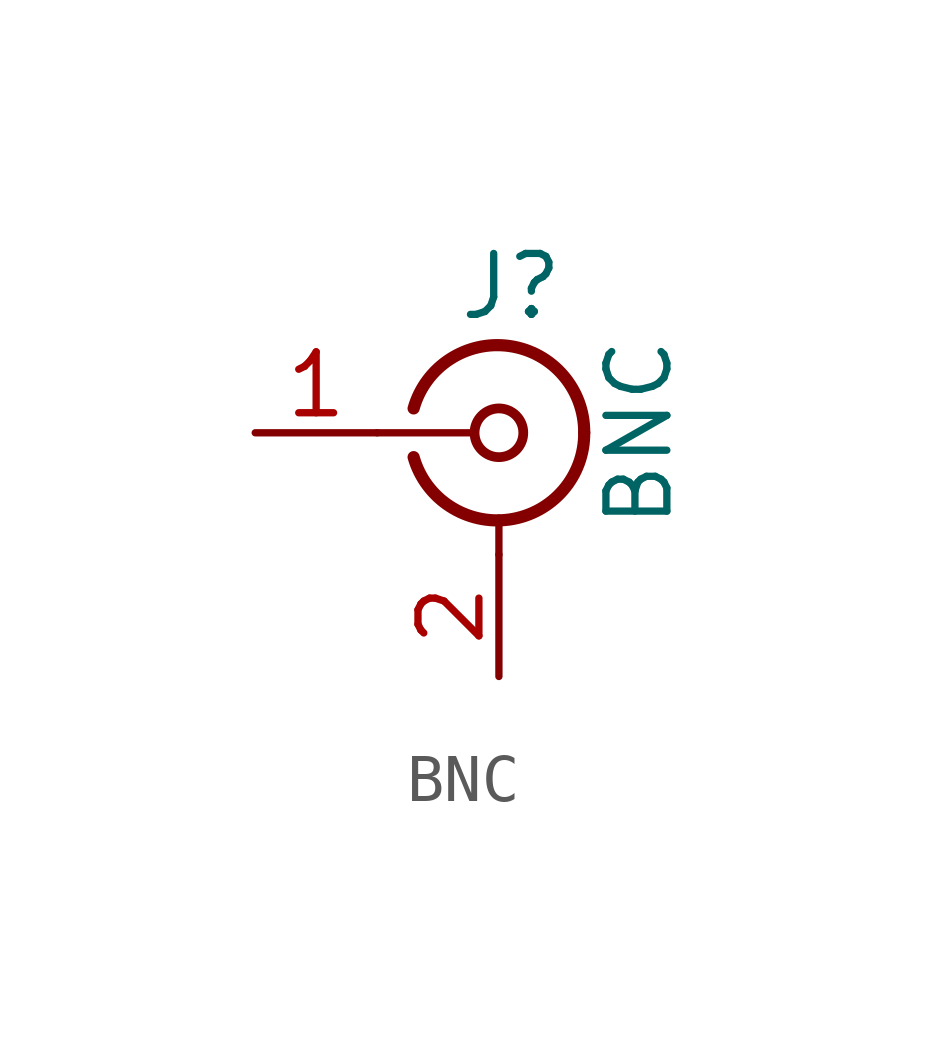
<source format=kicad_sym>
(kicad_symbol_lib
  (version 20231120)
  (generator "kicad_symbol_editor")
  (generator_version "8.0")
  (symbol "BNC"
    (pin_names
      (offset 1.016) hide)
    (property "Reference" "J"
      (at 0.254 3.048 0)
      (effects (font (size 1.27 1.27))))
    (property "Value" "BNC"
      (at 2.921 0 90)
      (effects (font (size 1.27 1.27))))
    (symbol "BNC_0_1"
      (arc (start -1.778 -0.508) (mid 0.2311 -1.8066) (end 1.778 0) (stroke (width 0.254) (type default)) (fill (type none)))
      (polyline (pts (xy -2.54 0) (xy -0.508 0)) (stroke (width 0) (type default)) (fill (type none)))
      (polyline (pts (xy 0 -2.54) (xy 0 -1.778)) (stroke (width 0) (type default)) (fill (type none)))
      (circle (center 0 0) (radius 0.508) (stroke (width 0.203) (type default)) (fill (type none)))
      (arc (start 1.778 0) (mid 0.2099 1.8101) (end -1.778 0.508) (stroke (width 0.254) (type default)) (fill (type none))))
    (symbol "BNC_1_1"
      (pin passive line (at -5.08 0 0) (length 2.54) (name "In" (effects (font (size 1.27 1.27)))) (number "1" (effects (font (size 1.27 1.27)))))
      (pin passive line (at 0 -5.08 90) (length 2.54) (name "Ext" (effects (font (size 1.27 1.27)))) (number "2" (effects (font (size 1.27 1.27))))))))
</source>
